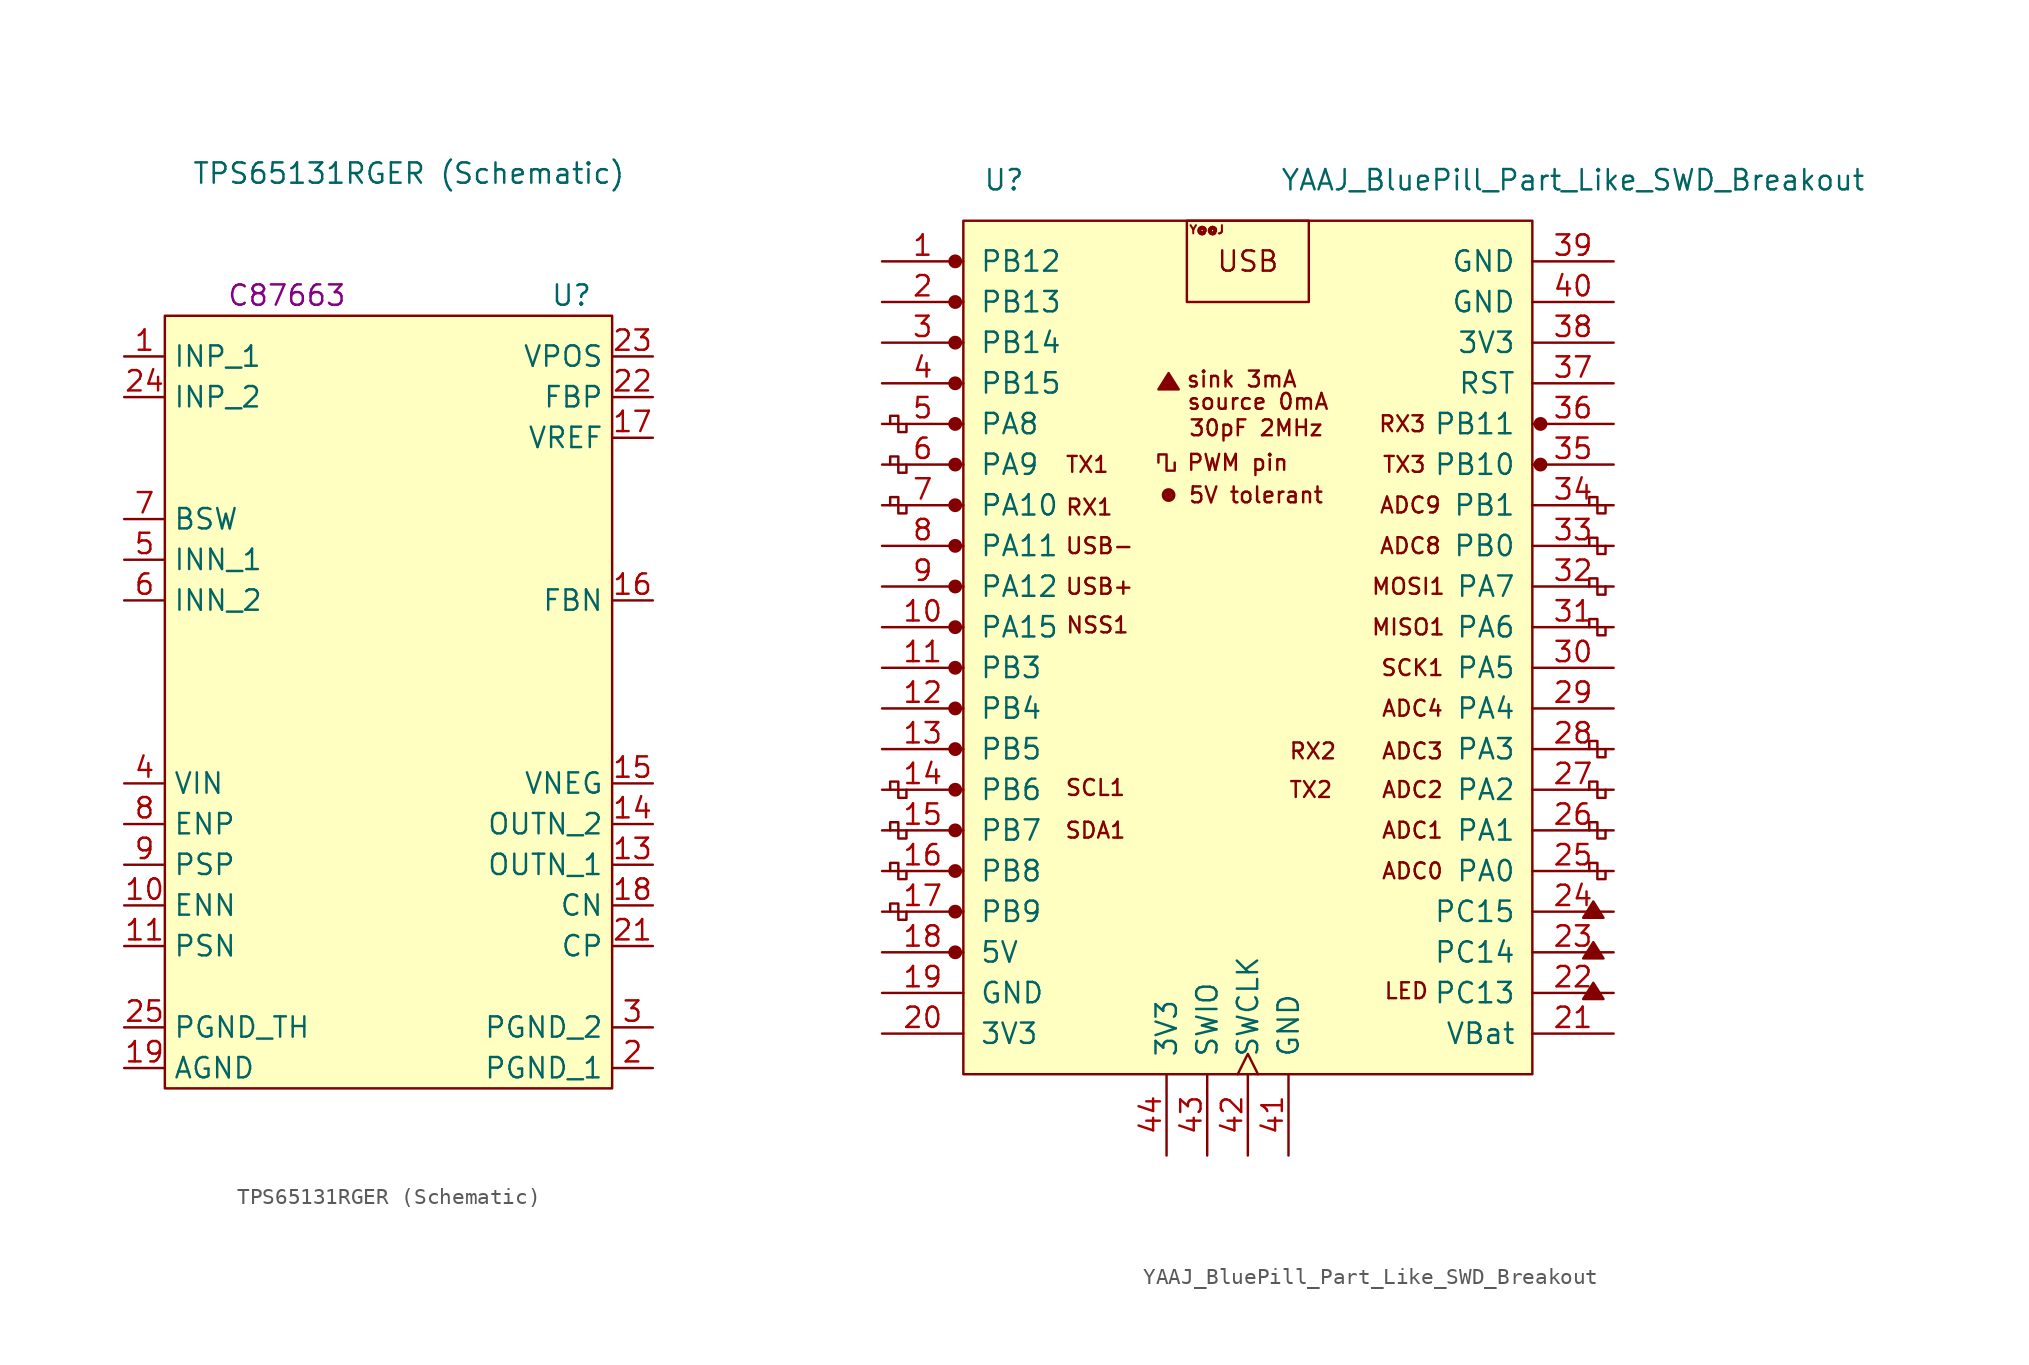
<source format=kicad_sym>
(kicad_symbol_lib
  (version 20241209)
  (generator "kicad_symbol_editor")
  (generator_version "9.0")
  (symbol "TPS65131RGER (Schematic)"
    (property "Reference" "U"
      (at 11.43 25.4 0)
      (effects (font (size 1.27 1.27))))
    (property "Value" "TPS65131RGER (Schematic)"
      (at 1.27 33.02 0)
      (effects (font (size 1.27 1.27))))
    (property "LCSC" "C87663"
      (at -6.35 25.4 0)
      (effects (font (size 1.27 1.27))))
    (symbol "TPS65131RGER (Schematic)_1_1"
      (rectangle (start -13.97 24.13) (end 13.97 -24.13) (stroke (width 0) (type default)) (fill (type background)))
      (pin input line (at -16.51 21.59 0) (length 2.54) (name "INP_1" (effects (font (size 1.27 1.27)))) (number "1" (effects (font (size 1.27 1.27)))))
      (pin input line (at -16.51 19.05 0) (length 2.54) (name "INP_2" (effects (font (size 1.27 1.27)))) (number "24" (effects (font (size 1.27 1.27)))))
      (pin output line (at -16.51 11.43 0) (length 2.54) (name "BSW" (effects (font (size 1.27 1.27)))) (number "7" (effects (font (size 1.27 1.27)))))
      (pin input line (at -16.51 8.89 0) (length 2.54) (name "INN_1" (effects (font (size 1.27 1.27)))) (number "5" (effects (font (size 1.27 1.27)))))
      (pin input line (at -16.51 6.35 0) (length 2.54) (name "INN_2" (effects (font (size 1.27 1.27)))) (number "6" (effects (font (size 1.27 1.27)))))
      (pin input line (at -16.51 -5.08 0) (length 2.54) (name "VIN" (effects (font (size 1.27 1.27)))) (number "4" (effects (font (size 1.27 1.27)))))
      (pin input line (at -16.51 -7.62 0) (length 2.54) (name "ENP" (effects (font (size 1.27 1.27)))) (number "8" (effects (font (size 1.27 1.27)))))
      (pin input line (at -16.51 -10.16 0) (length 2.54) (name "PSP" (effects (font (size 1.27 1.27)))) (number "9" (effects (font (size 1.27 1.27)))))
      (pin input line (at -16.51 -12.7 0) (length 2.54) (name "ENN" (effects (font (size 1.27 1.27)))) (number "10" (effects (font (size 1.27 1.27)))))
      (pin input line (at -16.51 -15.24 0) (length 2.54) (name "PSN" (effects (font (size 1.27 1.27)))) (number "11" (effects (font (size 1.27 1.27)))))
      (pin power_in line (at -16.51 -20.32 0) (length 2.54) (name "PGND_TH" (effects (font (size 1.27 1.27)))) (number "25" (effects (font (size 1.27 1.27)))))
      (pin power_in line (at -16.51 -22.86 0) (length 2.54) (name "AGND" (effects (font (size 1.27 1.27)))) (number "19" (effects (font (size 1.27 1.27)))))
      (pin input line (at 16.51 21.59 180) (length 2.54) (name "VPOS" (effects (font (size 1.27 1.27)))) (number "23" (effects (font (size 1.27 1.27)))))
      (pin input line (at 16.51 19.05 180) (length 2.54) (name "FBP" (effects (font (size 1.27 1.27)))) (number "22" (effects (font (size 1.27 1.27)))))
      (pin output line (at 16.51 16.51 180) (length 2.54) (name "VREF" (effects (font (size 1.27 1.27)))) (number "17" (effects (font (size 1.27 1.27)))))
      (pin no_connect line (at 16.51 13.97 180) (length 2.54) (hide yes) (name "NC1" (effects (font (size 1.27 1.27)))) (number "12" (effects (font (size 1.27 1.27)))))
      (pin no_connect line (at 16.51 11.43 180) (length 2.54) (hide yes) (name "NC2" (effects (font (size 1.27 1.27)))) (number "20" (effects (font (size 1.27 1.27)))))
      (pin input line (at 16.51 6.35 180) (length 2.54) (name "FBN" (effects (font (size 1.27 1.27)))) (number "16" (effects (font (size 1.27 1.27)))))
      (pin input line (at 16.51 -5.08 180) (length 2.54) (name "VNEG" (effects (font (size 1.27 1.27)))) (number "15" (effects (font (size 1.27 1.27)))))
      (pin output line (at 16.51 -7.62 180) (length 2.54) (name "OUTN_2" (effects (font (size 1.27 1.27)))) (number "14" (effects (font (size 1.27 1.27)))))
      (pin output line (at 16.51 -10.16 180) (length 2.54) (name "OUTN_1" (effects (font (size 1.27 1.27)))) (number "13" (effects (font (size 1.27 1.27)))))
      (pin passive line (at 16.51 -12.7 180) (length 2.54) (name "CN" (effects (font (size 1.27 1.27)))) (number "18" (effects (font (size 1.27 1.27)))))
      (pin passive line (at 16.51 -15.24 180) (length 2.54) (name "CP" (effects (font (size 1.27 1.27)))) (number "21" (effects (font (size 1.27 1.27)))))
      (pin power_in line (at 16.51 -20.32 180) (length 2.54) (name "PGND_2" (effects (font (size 1.27 1.27)))) (number "3" (effects (font (size 1.27 1.27)))))
      (pin power_in line (at 16.51 -22.86 180) (length 2.54) (name "PGND_1" (effects (font (size 1.27 1.27)))) (number "2" (effects (font (size 1.27 1.27)))))))
  (symbol "YAAJ_BluePill_Part_Like_SWD_Breakout"
    (pin_names
      (offset 1.016))
    (property "Reference" "U"
      (at -15.24 27.94 0)
      (effects (font (size 1.27 1.27))))
    (property "Value" "YAAJ_BluePill_Part_Like_SWD_Breakout"
      (at 20.32 27.94 0)
      (effects (font (size 1.27 1.27))))
    (symbol "YAAJ_BluePill_Part_Like_SWD_Breakout_0_0"
      (circle (center -18.288 22.86) (radius 0.356) (stroke (width 0) (type solid)) (fill (type outline)))
      (circle (center -18.288 17.78) (radius 0.356) (stroke (width 0) (type solid)) (fill (type outline)))
      (circle (center -18.288 15.24) (radius 0.356) (stroke (width 0) (type solid)) (fill (type outline)))
      (circle (center -18.288 12.7) (radius 0.356) (stroke (width 0) (type solid)) (fill (type outline)))
      (circle (center -18.288 10.16) (radius 0.356) (stroke (width 0) (type solid)) (fill (type outline)))
      (circle (center -18.288 7.62) (radius 0.356) (stroke (width 0) (type solid)) (fill (type outline)))
      (circle (center -18.288 5.08) (radius 0.356) (stroke (width 0) (type solid)) (fill (type outline)))
      (circle (center -18.288 2.54) (radius 0.356) (stroke (width 0) (type solid)) (fill (type outline)))
      (circle (center -18.288 0) (radius 0.356) (stroke (width 0) (type solid)) (fill (type outline)))
      (circle (center -18.288 -2.54) (radius 0.356) (stroke (width 0) (type solid)) (fill (type outline)))
      (circle (center -18.288 -5.08) (radius 0.356) (stroke (width 0) (type solid)) (fill (type outline)))
      (circle (center -18.288 -7.62) (radius 0.356) (stroke (width 0) (type solid)) (fill (type outline)))
      (circle (center -18.288 -10.16) (radius 0.356) (stroke (width 0) (type solid)) (fill (type outline)))
      (circle (center -18.288 -12.7) (radius 0.356) (stroke (width 0) (type solid)) (fill (type outline)))
      (circle (center -18.288 -15.24) (radius 0.356) (stroke (width 0) (type solid)) (fill (type outline)))
      (circle (center -18.288 -17.78) (radius 0.356) (stroke (width 0) (type solid)) (fill (type outline)))
      (circle (center -18.288 -20.32) (radius 0.356) (stroke (width 0) (type solid)) (fill (type outline)))
      (polyline (pts (xy -5.588 14.859) (xy -4.953 15.875) (xy -4.318 14.859) (xy -5.588 14.859) (xy -4.953 15.748) (xy -4.445 14.859) (xy -5.461 14.986) (xy -4.953 15.621) (xy -4.572 14.859) (xy -5.334 15.113) (xy -4.826 15.494) (xy -4.699 14.859) (xy -5.207 15.24) (xy -4.699 15.367) (xy -4.826 14.986) (xy -5.08 15.24) (xy -4.826 15.113) (xy -4.953 15.367)) (stroke (width 0) (type solid)) (fill (type none)))
      (circle (center -4.953 8.255) (radius 0.127) (stroke (width 0) (type solid)) (fill (type outline)))
      (circle (center -4.953 8.255) (radius 0.254) (stroke (width 0) (type solid)) (fill (type none)))
      (circle (center -4.953 8.255) (radius 0.356) (stroke (width 0) (type solid)) (fill (type none)))
      (circle (center 18.288 12.7) (radius 0.254) (stroke (width 0) (type solid)) (fill (type outline)))
      (circle (center 18.288 12.7) (radius 0.356) (stroke (width 0) (type solid)) (fill (type none)))
      (circle (center 18.288 10.16) (radius 0.254) (stroke (width 0) (type solid)) (fill (type outline)))
      (circle (center 18.288 10.16) (radius 0.356) (stroke (width 0) (type solid)) (fill (type none)))
      (polyline (pts (xy 20.955 -18.161) (xy 21.59 -17.145) (xy 22.225 -18.161) (xy 20.955 -18.161) (xy 21.59 -17.272) (xy 22.098 -18.161) (xy 21.082 -18.034) (xy 21.59 -17.399) (xy 21.971 -18.161) (xy 21.209 -17.907) (xy 21.717 -17.526) (xy 21.844 -18.161) (xy 21.336 -17.78) (xy 21.844 -17.653) (xy 21.717 -18.034) (xy 21.463 -17.78) (xy 21.717 -17.907) (xy 21.59 -17.653)) (stroke (width 0) (type solid)) (fill (type none)))
      (polyline (pts (xy 20.955 -20.701) (xy 21.59 -19.685) (xy 22.225 -20.701) (xy 20.955 -20.701) (xy 21.59 -19.812) (xy 22.098 -20.701) (xy 21.082 -20.574) (xy 21.59 -19.939) (xy 21.971 -20.701) (xy 21.209 -20.447) (xy 21.717 -20.066) (xy 21.844 -20.701) (xy 21.336 -20.32) (xy 21.844 -20.193) (xy 21.717 -20.574) (xy 21.463 -20.32) (xy 21.717 -20.447) (xy 21.59 -20.193)) (stroke (width 0) (type solid)) (fill (type none)))
      (polyline (pts (xy 20.955 -23.241) (xy 21.59 -22.225) (xy 22.225 -23.241) (xy 20.955 -23.241) (xy 21.59 -22.352) (xy 22.098 -23.241) (xy 21.082 -23.114) (xy 21.59 -22.479) (xy 21.971 -23.241) (xy 21.209 -22.987) (xy 21.717 -22.606) (xy 21.844 -23.241) (xy 21.336 -22.86) (xy 21.844 -22.733) (xy 21.717 -23.114) (xy 21.463 -22.86) (xy 21.717 -22.987) (xy 21.59 -22.733)) (stroke (width 0) (type solid)) (fill (type none)))
      (text "TX1" (at -10.033 10.16 0) (effects (font (size 0.991 0.991))))
      (text "RX1" (at -9.906 7.493 0) (effects (font (size 0.991 0.991))))
      (text "SCL1" (at -9.525 -10.033 0) (effects (font (size 0.991 0.991))))
      (text "SDA1" (at -9.525 -12.7 0) (effects (font (size 0.991 0.991))))
      (text "NSS1" (at -9.398 0.127 0) (effects (font (size 0.991 0.991))))
      (text "USB-" (at -9.271 5.08 0) (effects (font (size 0.991 0.991))))
      (text "USB+" (at -9.271 2.54 0) (effects (font (size 0.991 0.991))))
      (text "Y@@J" (at -2.565 24.841 0) (effects (font (size 0.508 0.508))))
      (text "PWM pin" (at -0.635 10.287 0) (effects (font (size 0.991 0.991))))
      (text "sink 3mA" (at -0.381 15.494 0) (effects (font (size 0.991 0.991))))
      (text "USB" (at 0 22.86 0) (effects (font (size 1.27 1.27))))
      (text "30pF 2MHz" (at 0.508 12.446 0) (effects (font (size 0.991 0.991))))
      (text "5V tolerant" (at 0.508 8.255 0) (effects (font (size 0.991 0.991))))
      (text "source 0mA" (at 0.635 14.097 0) (effects (font (size 0.991 0.991))))
      (text "TX2" (at 3.937 -10.16 0) (effects (font (size 0.991 0.991))))
      (text "RX2" (at 4.064 -7.747 0) (effects (font (size 0.991 0.991))))
      (text "RX3" (at 9.652 12.7 0) (effects (font (size 0.991 0.991))))
      (text "TX3" (at 9.779 10.16 0) (effects (font (size 0.991 0.991))))
      (text "LED" (at 9.906 -22.733 0) (effects (font (size 0.991 0.991))))
      (text "MOSI1" (at 10.033 2.54 0) (effects (font (size 0.991 0.991))))
      (text "MISO1" (at 10.033 0 0) (effects (font (size 0.991 0.991))))
      (text "ADC9" (at 10.16 7.62 0) (effects (font (size 0.991 0.991))))
      (text "ADC8" (at 10.16 5.08 0) (effects (font (size 0.991 0.991))))
      (text "SCK1" (at 10.287 -2.54 0) (effects (font (size 0.991 0.991))))
      (text "ADC4" (at 10.287 -5.08 0) (effects (font (size 0.991 0.991))))
      (text "ADC3" (at 10.287 -7.747 0) (effects (font (size 0.991 0.991))))
      (text "ADC2" (at 10.287 -10.16 0) (effects (font (size 0.991 0.991))))
      (text "ADC1" (at 10.287 -12.7 0) (effects (font (size 0.991 0.991))))
      (text "ADC0" (at 10.287 -15.24 0) (effects (font (size 0.991 0.991)))))
    (symbol "YAAJ_BluePill_Part_Like_SWD_Breakout_0_1"
      (polyline (pts (xy -21.336 12.7) (xy -21.336 12.192) (xy -21.844 12.192) (xy -21.844 13.208) (xy -22.352 13.208) (xy -22.352 12.7)) (stroke (width 0) (type solid)) (fill (type none)))
      (polyline (pts (xy -21.336 10.16) (xy -21.336 9.652) (xy -21.844 9.652) (xy -21.844 10.668) (xy -22.352 10.668) (xy -22.352 10.16)) (stroke (width 0) (type solid)) (fill (type none)))
      (polyline (pts (xy -21.336 7.62) (xy -21.336 7.112) (xy -21.844 7.112) (xy -21.844 8.128) (xy -22.352 8.128) (xy -22.352 7.62)) (stroke (width 0) (type solid)) (fill (type none)))
      (polyline (pts (xy -21.336 -10.16) (xy -21.336 -10.668) (xy -21.844 -10.668) (xy -21.844 -9.652) (xy -22.352 -9.652) (xy -22.352 -10.16)) (stroke (width 0) (type solid)) (fill (type none)))
      (polyline (pts (xy -21.336 -12.7) (xy -21.336 -13.208) (xy -21.844 -13.208) (xy -21.844 -12.192) (xy -22.352 -12.192) (xy -22.352 -12.7)) (stroke (width 0) (type solid)) (fill (type none)))
      (polyline (pts (xy -21.336 -15.24) (xy -21.336 -15.748) (xy -21.844 -15.748) (xy -21.844 -14.732) (xy -22.352 -14.732) (xy -22.352 -15.24)) (stroke (width 0) (type solid)) (fill (type none)))
      (polyline (pts (xy -21.336 -17.78) (xy -21.336 -18.288) (xy -21.844 -18.288) (xy -21.844 -17.272) (xy -22.352 -17.272) (xy -22.352 -17.78)) (stroke (width 0) (type solid)) (fill (type none)))
      (rectangle (start -17.78 25.4) (end 17.78 -27.94) (stroke (width 0) (type solid)) (fill (type background)))
      (polyline (pts (xy -4.572 10.287) (xy -4.572 9.779) (xy -5.08 9.779) (xy -5.08 10.795) (xy -5.588 10.795) (xy -5.588 10.287)) (stroke (width 0) (type solid)) (fill (type none)))
      (rectangle (start 3.81 25.4) (end -3.81 20.32) (stroke (width 0) (type solid)) (fill (type none)))
      (polyline (pts (xy 22.352 7.62) (xy 22.352 7.112) (xy 21.844 7.112) (xy 21.844 8.128) (xy 21.336 8.128) (xy 21.336 7.62)) (stroke (width 0) (type solid)) (fill (type none)))
      (polyline (pts (xy 22.352 5.08) (xy 22.352 4.572) (xy 21.844 4.572) (xy 21.844 5.588) (xy 21.336 5.588) (xy 21.336 5.08)) (stroke (width 0) (type solid)) (fill (type none)))
      (polyline (pts (xy 22.352 2.54) (xy 22.352 2.032) (xy 21.844 2.032) (xy 21.844 3.048) (xy 21.336 3.048) (xy 21.336 2.54)) (stroke (width 0) (type solid)) (fill (type none)))
      (polyline (pts (xy 22.352 0) (xy 22.352 -0.508) (xy 21.844 -0.508) (xy 21.844 0.508) (xy 21.336 0.508) (xy 21.336 0)) (stroke (width 0) (type solid)) (fill (type none)))
      (polyline (pts (xy 22.352 -7.62) (xy 22.352 -8.128) (xy 21.844 -8.128) (xy 21.844 -7.112) (xy 21.336 -7.112) (xy 21.336 -7.62)) (stroke (width 0) (type solid)) (fill (type none)))
      (polyline (pts (xy 22.352 -10.16) (xy 22.352 -10.668) (xy 21.844 -10.668) (xy 21.844 -9.652) (xy 21.336 -9.652) (xy 21.336 -10.16)) (stroke (width 0) (type solid)) (fill (type none)))
      (polyline (pts (xy 22.352 -12.7) (xy 22.352 -13.208) (xy 21.844 -13.208) (xy 21.844 -12.192) (xy 21.336 -12.192) (xy 21.336 -12.7)) (stroke (width 0) (type solid)) (fill (type none)))
      (polyline (pts (xy 22.352 -15.24) (xy 22.352 -15.748) (xy 21.844 -15.748) (xy 21.844 -14.732) (xy 21.336 -14.732) (xy 21.336 -15.24)) (stroke (width 0) (type solid)) (fill (type none))))
    (symbol "YAAJ_BluePill_Part_Like_SWD_Breakout_1_1"
      (circle (center -18.288 20.32) (radius 0.356) (stroke (width 0) (type solid)) (fill (type outline)))
      (pin bidirectional line (at -22.86 22.86 0) (length 5.08) (name "PB12" (effects (font (size 1.27 1.27)))) (number "1" (effects (font (size 1.27 1.27)))))
      (pin bidirectional line (at -22.86 20.32 0) (length 5.08) (name "PB13" (effects (font (size 1.27 1.27)))) (number "2" (effects (font (size 1.27 1.27)))))
      (pin bidirectional line (at -22.86 17.78 0) (length 5.08) (name "PB14" (effects (font (size 1.27 1.27)))) (number "3" (effects (font (size 1.27 1.27)))))
      (pin bidirectional line (at -22.86 15.24 0) (length 5.08) (name "PB15" (effects (font (size 1.27 1.27)))) (number "4" (effects (font (size 1.27 1.27)))))
      (pin bidirectional line (at -22.86 12.7 0) (length 5.08) (name "PA8" (effects (font (size 1.27 1.27)))) (number "5" (effects (font (size 1.27 1.27)))))
      (pin bidirectional line (at -22.86 10.16 0) (length 5.08) (name "PA9" (effects (font (size 1.27 1.27)))) (number "6" (effects (font (size 1.27 1.27)))))
      (pin bidirectional line (at -22.86 7.62 0) (length 5.08) (name "PA10" (effects (font (size 1.27 1.27)))) (number "7" (effects (font (size 1.27 1.27)))))
      (pin bidirectional line (at -22.86 5.08 0) (length 5.08) (name "PA11" (effects (font (size 1.27 1.27)))) (number "8" (effects (font (size 1.27 1.27)))))
      (pin bidirectional line (at -22.86 2.54 0) (length 5.08) (name "PA12" (effects (font (size 1.27 1.27)))) (number "9" (effects (font (size 1.27 1.27)))))
      (pin bidirectional line (at -22.86 0 0) (length 5.08) (name "PA15" (effects (font (size 1.27 1.27)))) (number "10" (effects (font (size 1.27 1.27)))))
      (pin bidirectional line (at -22.86 -2.54 0) (length 5.08) (name "PB3" (effects (font (size 1.27 1.27)))) (number "11" (effects (font (size 1.27 1.27)))))
      (pin bidirectional line (at -22.86 -5.08 0) (length 5.08) (name "PB4" (effects (font (size 1.27 1.27)))) (number "12" (effects (font (size 1.27 1.27)))))
      (pin bidirectional line (at -22.86 -7.62 0) (length 5.08) (name "PB5" (effects (font (size 1.27 1.27)))) (number "13" (effects (font (size 1.27 1.27)))))
      (pin bidirectional line (at -22.86 -10.16 0) (length 5.08) (name "PB6" (effects (font (size 1.27 1.27)))) (number "14" (effects (font (size 1.27 1.27)))))
      (pin bidirectional line (at -22.86 -12.7 0) (length 5.08) (name "PB7" (effects (font (size 1.27 1.27)))) (number "15" (effects (font (size 1.27 1.27)))))
      (pin bidirectional line (at -22.86 -15.24 0) (length 5.08) (name "PB8" (effects (font (size 1.27 1.27)))) (number "16" (effects (font (size 1.27 1.27)))))
      (pin bidirectional line (at -22.86 -17.78 0) (length 5.08) (name "PB9" (effects (font (size 1.27 1.27)))) (number "17" (effects (font (size 1.27 1.27)))))
      (pin power_in line (at -22.86 -20.32 0) (length 5.08) (name "5V" (effects (font (size 1.27 1.27)))) (number "18" (effects (font (size 1.27 1.27)))))
      (pin power_in line (at -22.86 -22.86 0) (length 5.08) (name "GND" (effects (font (size 1.27 1.27)))) (number "19" (effects (font (size 1.27 1.27)))))
      (pin power_in line (at -22.86 -25.4 0) (length 5.08) (name "3V3" (effects (font (size 1.27 1.27)))) (number "20" (effects (font (size 1.27 1.27)))))
      (pin power_in line (at -5.08 -33.02 90) (length 5.08) (name "3V3" (effects (font (size 1.27 1.27)))) (number "44" (effects (font (size 1.27 1.27)))))
      (pin bidirectional line (at -2.54 -33.02 90) (length 5.08) (name "SWIO" (effects (font (size 1.27 1.27)))) (number "43" (effects (font (size 1.27 1.27)))))
      (pin bidirectional clock (at 0 -33.02 90) (length 5.08) (name "SWCLK" (effects (font (size 1.27 1.27)))) (number "42" (effects (font (size 1.27 1.27)))))
      (pin power_in line (at 2.54 -33.02 90) (length 5.08) (name "GND" (effects (font (size 1.27 1.27)))) (number "41" (effects (font (size 1.27 1.27)))))
      (pin power_in line (at 22.86 22.86 180) (length 5.08) (name "GND" (effects (font (size 1.27 1.27)))) (number "39" (effects (font (size 1.27 1.27)))))
      (pin power_in line (at 22.86 20.32 180) (length 5.08) (name "GND" (effects (font (size 1.27 1.27)))) (number "40" (effects (font (size 1.27 1.27)))))
      (pin power_in line (at 22.86 17.78 180) (length 5.08) (name "3V3" (effects (font (size 1.27 1.27)))) (number "38" (effects (font (size 1.27 1.27)))))
      (pin input line (at 22.86 15.24 180) (length 5.08) (name "RST" (effects (font (size 1.27 1.27)))) (number "37" (effects (font (size 1.27 1.27)))))
      (pin bidirectional line (at 22.86 12.7 180) (length 5.08) (name "PB11" (effects (font (size 1.27 1.27)))) (number "36" (effects (font (size 1.27 1.27)))))
      (pin bidirectional line (at 22.86 10.16 180) (length 5.08) (name "PB10" (effects (font (size 1.27 1.27)))) (number "35" (effects (font (size 1.27 1.27)))))
      (pin bidirectional line (at 22.86 7.62 180) (length 5.08) (name "PB1" (effects (font (size 1.27 1.27)))) (number "34" (effects (font (size 1.27 1.27)))))
      (pin bidirectional line (at 22.86 5.08 180) (length 5.08) (name "PB0" (effects (font (size 1.27 1.27)))) (number "33" (effects (font (size 1.27 1.27)))))
      (pin bidirectional line (at 22.86 2.54 180) (length 5.08) (name "PA7" (effects (font (size 1.27 1.27)))) (number "32" (effects (font (size 1.27 1.27)))))
      (pin bidirectional line (at 22.86 0 180) (length 5.08) (name "PA6" (effects (font (size 1.27 1.27)))) (number "31" (effects (font (size 1.27 1.27)))))
      (pin bidirectional line (at 22.86 -2.54 180) (length 5.08) (name "PA5" (effects (font (size 1.27 1.27)))) (number "30" (effects (font (size 1.27 1.27)))))
      (pin bidirectional line (at 22.86 -5.08 180) (length 5.08) (name "PA4" (effects (font (size 1.27 1.27)))) (number "29" (effects (font (size 1.27 1.27)))))
      (pin bidirectional line (at 22.86 -7.62 180) (length 5.08) (name "PA3" (effects (font (size 1.27 1.27)))) (number "28" (effects (font (size 1.27 1.27)))))
      (pin bidirectional line (at 22.86 -10.16 180) (length 5.08) (name "PA2" (effects (font (size 1.27 1.27)))) (number "27" (effects (font (size 1.27 1.27)))))
      (pin bidirectional line (at 22.86 -12.7 180) (length 5.08) (name "PA1" (effects (font (size 1.27 1.27)))) (number "26" (effects (font (size 1.27 1.27)))))
      (pin bidirectional line (at 22.86 -15.24 180) (length 5.08) (name "PA0" (effects (font (size 1.27 1.27)))) (number "25" (effects (font (size 1.27 1.27)))))
      (pin bidirectional line (at 22.86 -17.78 180) (length 5.08) (name "PC15" (effects (font (size 1.27 1.27)))) (number "24" (effects (font (size 1.27 1.27)))))
      (pin bidirectional line (at 22.86 -20.32 180) (length 5.08) (name "PC14" (effects (font (size 1.27 1.27)))) (number "23" (effects (font (size 1.27 1.27)))))
      (pin bidirectional line (at 22.86 -22.86 180) (length 5.08) (name "PC13" (effects (font (size 1.27 1.27)))) (number "22" (effects (font (size 1.27 1.27)))))
      (pin power_in line (at 22.86 -25.4 180) (length 5.08) (name "VBat" (effects (font (size 1.27 1.27)))) (number "21" (effects (font (size 1.27 1.27))))))))
</source>
